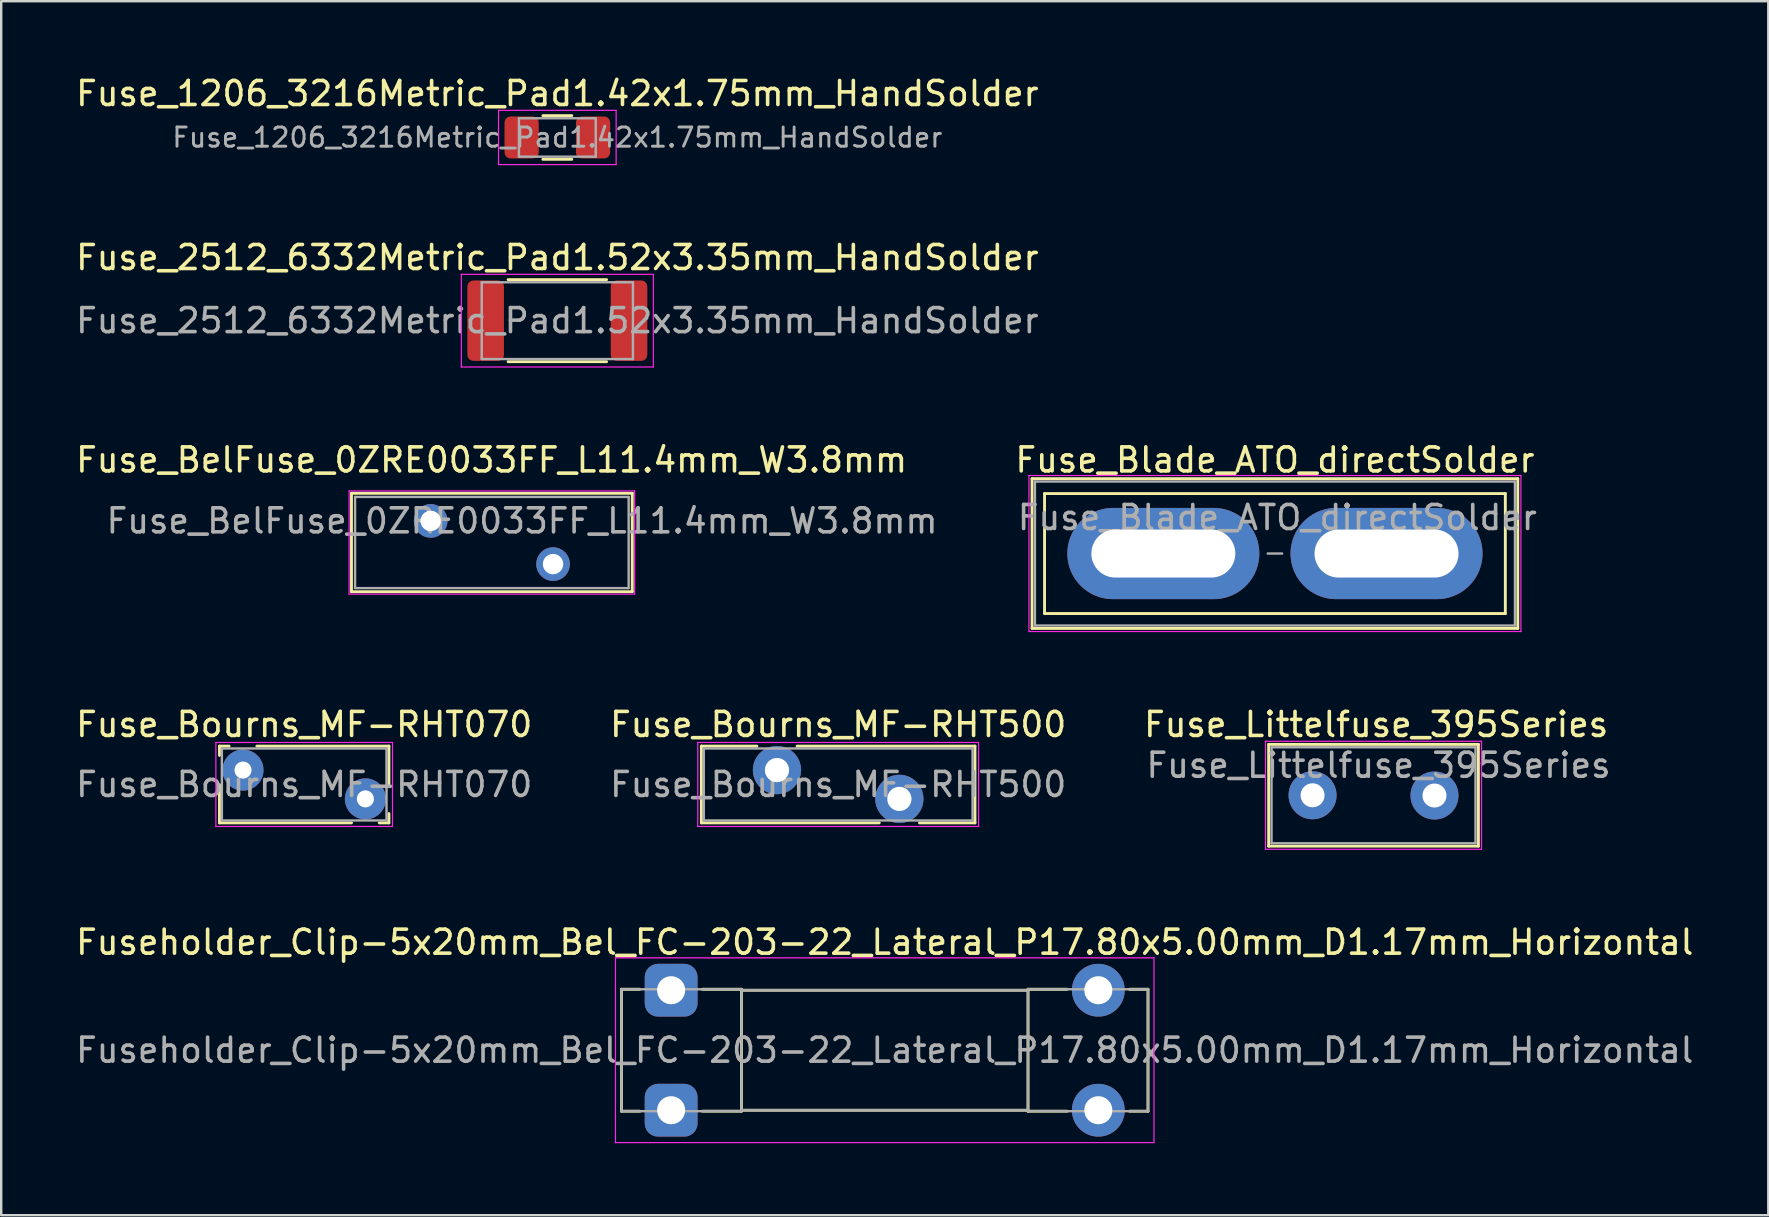
<source format=kicad_pcb>
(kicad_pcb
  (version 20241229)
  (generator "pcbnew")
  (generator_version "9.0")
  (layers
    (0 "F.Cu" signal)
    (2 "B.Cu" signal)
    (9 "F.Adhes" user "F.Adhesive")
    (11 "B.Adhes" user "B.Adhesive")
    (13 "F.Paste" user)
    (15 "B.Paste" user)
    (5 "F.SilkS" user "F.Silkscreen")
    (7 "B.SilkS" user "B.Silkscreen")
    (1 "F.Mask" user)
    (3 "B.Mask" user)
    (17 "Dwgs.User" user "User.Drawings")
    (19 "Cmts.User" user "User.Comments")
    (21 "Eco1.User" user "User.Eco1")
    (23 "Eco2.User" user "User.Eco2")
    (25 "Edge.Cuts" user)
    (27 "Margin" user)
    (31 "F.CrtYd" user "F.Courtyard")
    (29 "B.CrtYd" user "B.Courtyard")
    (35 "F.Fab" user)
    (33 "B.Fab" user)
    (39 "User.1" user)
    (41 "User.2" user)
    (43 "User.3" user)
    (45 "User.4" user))
  (footprint "Fuse_2512_6332Metric_Pad1.52x3.35mm_HandSolder"
    (layer "F.Cu")
    (at 20.173 10.312)
    (property "Reference" "Fuse_2512_6332Metric_Pad1.52x3.35mm_HandSolder" (at 0 -2.63 0) (layer "F.SilkS") (effects (font (size 1 1) (thickness 0.15))))
    (attr smd)
    (fp_line (start -2.052 -1.71) (end 2.052 -1.71) (stroke (width 0.12) (type solid)) (layer "F.SilkS"))
    (fp_line (start -2.052 1.71) (end 2.052 1.71) (stroke (width 0.12) (type solid)) (layer "F.SilkS"))
    (fp_line (start -4 -1.93) (end 4 -1.93) (stroke (width 0.05) (type solid)) (layer "F.CrtYd"))
    (fp_line (start -4 1.93) (end -4 -1.93) (stroke (width 0.05) (type solid)) (layer "F.CrtYd"))
    (fp_line (start 4 -1.93) (end 4 1.93) (stroke (width 0.05) (type solid)) (layer "F.CrtYd"))
    (fp_line (start 4 1.93) (end -4 1.93) (stroke (width 0.05) (type solid)) (layer "F.CrtYd"))
    (fp_line (start -3.15 -1.6) (end 3.15 -1.6) (stroke (width 0.1) (type solid)) (layer "F.Fab"))
    (fp_line (start -3.15 1.6) (end -3.15 -1.6) (stroke (width 0.1) (type solid)) (layer "F.Fab"))
    (fp_line (start 3.15 -1.6) (end 3.15 1.6) (stroke (width 0.1) (type solid)) (layer "F.Fab"))
    (fp_line (start 3.15 1.6) (end -3.15 1.6) (stroke (width 0.1) (type solid)) (layer "F.Fab"))
    (fp_text user "${REFERENCE}" (at 0 0 0) (layer "F.Fab") (effects (font (size 1 1) (thickness 0.15))))
    (pad "1" smd roundrect (at -2.987 0) (size 1.525 3.35) (layers "F.Cu" "F.Mask" "F.Paste") (roundrect_rratio 0.164))
    (pad "2" smd roundrect (at 2.987 0) (size 1.525 3.35) (layers "F.Cu" "F.Mask" "F.Paste") (roundrect_rratio 0.164)))
  (footprint "Fuse_Bourns_MF-RHT070"
    (layer "F.Cu")
    (at 7.075 29.038)
    (property "Reference" "Fuse_Bourns_MF-RHT070" (at 2.55 -1.9 0) (layer "F.SilkS") (effects (font (size 1 1) (thickness 0.15))))
    (attr through_hole)
    (fp_line (start -0.98 -1) (end -0.578 -1) (stroke (width 0.12) (type solid)) (layer "F.SilkS"))
    (fp_line (start -0.98 -0.611) (end -0.98 -1) (stroke (width 0.12) (type solid)) (layer "F.SilkS"))
    (fp_line (start -0.98 2.2) (end -0.98 0.611) (stroke (width 0.12) (type solid)) (layer "F.SilkS"))
    (fp_line (start 0.578 -1) (end 6.08 -1) (stroke (width 0.12) (type solid)) (layer "F.SilkS"))
    (fp_line (start 4.522 2.2) (end -0.98 2.2) (stroke (width 0.12) (type solid)) (layer "F.SilkS"))
    (fp_line (start 6.08 -1) (end 6.08 0.589) (stroke (width 0.12) (type solid)) (layer "F.SilkS"))
    (fp_line (start 6.08 1.811) (end 6.08 2.2) (stroke (width 0.12) (type solid)) (layer "F.SilkS"))
    (fp_line (start 6.08 2.2) (end 5.678 2.2) (stroke (width 0.12) (type solid)) (layer "F.SilkS"))
    (fp_line (start -1.13 -1.15) (end -1.13 2.35) (stroke (width 0.05) (type solid)) (layer "F.CrtYd"))
    (fp_line (start -1.13 2.35) (end 6.23 2.35) (stroke (width 0.05) (type solid)) (layer "F.CrtYd"))
    (fp_line (start 6.23 -1.15) (end -1.13 -1.15) (stroke (width 0.05) (type solid)) (layer "F.CrtYd"))
    (fp_line (start 6.23 2.35) (end 6.23 -1.15) (stroke (width 0.05) (type solid)) (layer "F.CrtYd"))
    (fp_line (start -0.88 -0.9) (end -0.88 2.1) (stroke (width 0.1) (type solid)) (layer "F.Fab"))
    (fp_line (start -0.88 2.1) (end 5.98 2.1) (stroke (width 0.1) (type solid)) (layer "F.Fab"))
    (fp_line (start 5.98 -0.9) (end -0.88 -0.9) (stroke (width 0.1) (type solid)) (layer "F.Fab"))
    (fp_line (start 5.98 2.1) (end 5.98 -0.9) (stroke (width 0.1) (type solid)) (layer "F.Fab"))
    (fp_text user "${REFERENCE}" (at 2.55 0.6 0) (layer "F.Fab") (effects (font (size 1 1) (thickness 0.15))))
    (pad "1" thru_hole circle (at 0 0) (size 1.71 1.71) (drill 0.71) (layers "*.Cu" "*.Mask"))
    (pad "2" thru_hole circle (at 5.1 1.2) (size 1.71 1.71) (drill 0.71) (layers "*.Cu" "*.Mask")))
  (footprint "Fuse_1206_3216Metric_Pad1.42x1.75mm_HandSolder"
    (layer "F.Cu")
    (at 20.173 2.678)
    (property "Reference" "Fuse_1206_3216Metric_Pad1.42x1.75mm_HandSolder" (at 0 -1.83 0) (layer "F.SilkS") (effects (font (size 1 1) (thickness 0.15))))
    (attr smd)
    (fp_line (start -0.602 -0.91) (end 0.602 -0.91) (stroke (width 0.12) (type solid)) (layer "F.SilkS"))
    (fp_line (start -0.602 0.91) (end 0.602 0.91) (stroke (width 0.12) (type solid)) (layer "F.SilkS"))
    (fp_line (start -2.45 -1.13) (end 2.45 -1.13) (stroke (width 0.05) (type solid)) (layer "F.CrtYd"))
    (fp_line (start -2.45 1.13) (end -2.45 -1.13) (stroke (width 0.05) (type solid)) (layer "F.CrtYd"))
    (fp_line (start 2.45 -1.13) (end 2.45 1.13) (stroke (width 0.05) (type solid)) (layer "F.CrtYd"))
    (fp_line (start 2.45 1.13) (end -2.45 1.13) (stroke (width 0.05) (type solid)) (layer "F.CrtYd"))
    (fp_line (start -1.6 -0.8) (end 1.6 -0.8) (stroke (width 0.1) (type solid)) (layer "F.Fab"))
    (fp_line (start -1.6 0.8) (end -1.6 -0.8) (stroke (width 0.1) (type solid)) (layer "F.Fab"))
    (fp_line (start 1.6 -0.8) (end 1.6 0.8) (stroke (width 0.1) (type solid)) (layer "F.Fab"))
    (fp_line (start 1.6 0.8) (end -1.6 0.8) (stroke (width 0.1) (type solid)) (layer "F.Fab"))
    (fp_text user "${REFERENCE}" (at 0 0 0) (layer "F.Fab") (effects (font (size 0.8 0.8) (thickness 0.12))))
    (pad "1" smd roundrect (at -1.488 0) (size 1.425 1.75) (layers "F.Cu" "F.Mask" "F.Paste") (roundrect_rratio 0.175))
    (pad "2" smd roundrect (at 1.488 0) (size 1.425 1.75) (layers "F.Cu" "F.Mask" "F.Paste") (roundrect_rratio 0.175)))
  (footprint "Fuse_BelFuse_0ZRE0033FF_L11.4mm_W3.8mm"
    (layer "F.Cu")
    (at 14.895 18.655)
    (property "Reference" "Fuse_BelFuse_0ZRE0033FF_L11.4mm_W3.8mm" (at 2.54 -2.54 0) (layer "F.SilkS") (effects (font (size 1 1) (thickness 0.15))))
    (attr through_hole)
    (fp_line (start -3.3 -1.15) (end -3.3 2.95) (stroke (width 0.12) (type solid)) (layer "F.SilkS"))
    (fp_line (start -3.3 -1.15) (end 8.4 -1.15) (stroke (width 0.12) (type solid)) (layer "F.SilkS"))
    (fp_line (start -3.3 2.95) (end 8.4 2.95) (stroke (width 0.12) (type solid)) (layer "F.SilkS"))
    (fp_line (start 8.4 -1.15) (end 8.4 2.95) (stroke (width 0.12) (type solid)) (layer "F.SilkS"))
    (fp_line (start -3.4 -1.25) (end -3.4 3.05) (stroke (width 0.05) (type solid)) (layer "F.CrtYd"))
    (fp_line (start -3.4 -1.25) (end 8.5 -1.25) (stroke (width 0.05) (type solid)) (layer "F.CrtYd"))
    (fp_line (start -3.4 3.05) (end 8.5 3.05) (stroke (width 0.05) (type solid)) (layer "F.CrtYd"))
    (fp_line (start 8.5 -1.25) (end 8.5 3.05) (stroke (width 0.05) (type solid)) (layer "F.CrtYd"))
    (fp_line (start -3.15 -1) (end -3.15 2.8) (stroke (width 0.1) (type solid)) (layer "F.Fab"))
    (fp_line (start -3.15 -1) (end 8.25 -1) (stroke (width 0.1) (type solid)) (layer "F.Fab"))
    (fp_line (start -3.15 2.8) (end 8.25 2.8) (stroke (width 0.1) (type solid)) (layer "F.Fab"))
    (fp_line (start 8.25 -1) (end 8.25 2.8) (stroke (width 0.1) (type solid)) (layer "F.Fab"))
    (fp_text user "${REFERENCE}" (at 3.81 0 0) (layer "F.Fab") (effects (font (size 1 1) (thickness 0.15))))
    (pad "1" thru_hole circle (at 0 0) (size 1.4 1.4) (drill 0.85) (layers "*.Cu" "*.Mask"))
    (pad "2" thru_hole circle (at 5.1 1.8) (size 1.4 1.4) (drill 0.85) (layers "*.Cu" "*.Mask")))
  (footprint "Fuse_Blade_ATO_directSolder"
    (layer "F.Cu")
    (at 45.424 20.015)
    (property "Reference" "Fuse_Blade_ATO_directSolder" (at 4.65 -3.9 0) (layer "F.SilkS") (effects (font (size 1 1) (thickness 0.15))))
    (attr through_hole)
    (fp_line (start -5.47 -3.12) (end -5.47 3.12) (stroke (width 0.12) (type solid)) (layer "F.SilkS"))
    (fp_line (start -5.47 -3.12) (end 14.77 -3.12) (stroke (width 0.12) (type solid)) (layer "F.SilkS"))
    (fp_line (start -4.95 -2.5) (end 14.25 -2.5) (stroke (width 0.12) (type solid)) (layer "F.SilkS"))
    (fp_line (start -4.95 2.5) (end -4.95 -2.5) (stroke (width 0.12) (type solid)) (layer "F.SilkS"))
    (fp_line (start 14.25 -2.5) (end 14.25 2.5) (stroke (width 0.12) (type solid)) (layer "F.SilkS"))
    (fp_line (start 14.25 2.5) (end -4.95 2.5) (stroke (width 0.12) (type solid)) (layer "F.SilkS"))
    (fp_line (start 14.77 3.12) (end -5.47 3.12) (stroke (width 0.12) (type solid)) (layer "F.SilkS"))
    (fp_line (start 14.77 3.12) (end 14.77 -3.12) (stroke (width 0.12) (type solid)) (layer "F.SilkS"))
    (fp_line (start -5.6 -3.25) (end -5.6 3.25) (stroke (width 0.05) (type solid)) (layer "F.CrtYd"))
    (fp_line (start -5.6 -3.25) (end 14.9 -3.25) (stroke (width 0.05) (type solid)) (layer "F.CrtYd"))
    (fp_line (start 14.9 3.25) (end -5.6 3.25) (stroke (width 0.05) (type solid)) (layer "F.CrtYd"))
    (fp_line (start 14.9 3.25) (end 14.9 -3.25) (stroke (width 0.05) (type solid)) (layer "F.CrtYd"))
    (fp_line (start -5.35 -3) (end 14.65 -3) (stroke (width 0.1) (type solid)) (layer "F.Fab"))
    (fp_line (start -5.35 3) (end -5.35 -3) (stroke (width 0.1) (type solid)) (layer "F.Fab"))
    (fp_line (start 4.95 0) (end 4.35 0) (stroke (width 0.1) (type solid)) (layer "F.Fab"))
    (fp_line (start 14.65 -3) (end 14.65 3) (stroke (width 0.1) (type solid)) (layer "F.Fab"))
    (fp_line (start 14.65 3) (end -5.35 3) (stroke (width 0.1) (type solid)) (layer "F.Fab"))
    (fp_text user "${REFERENCE}" (at 4.75 -1.5 0) (layer "F.Fab") (effects (font (size 1 1) (thickness 0.15))))
    (pad "1" thru_hole oval (at 0 0) (size 8 3.8) (drill oval 6 2) (layers "*.Cu" "*.Mask"))
    (pad "2" thru_hole oval (at 9.3 0) (size 8 3.8) (drill oval 6 2) (layers "*.Cu" "*.Mask")))
  (footprint "Fuseholder_Clip-5x20mm_Bel_FC-203-22_Lateral_P17.80x5.00mm_D1.17mm_Horizontal"
    (layer "F.Cu")
    (at 24.915 38.211)
    (property "Reference" "Fuseholder_Clip-5x20mm_Bel_FC-203-22_Lateral_P17.80x5.00mm_D1.17mm_Horizontal" (at 8.9 -2 0) (layer "F.SilkS") (effects (font (size 1 1) (thickness 0.15))))
    (attr through_hole)
    (fp_line (start -2.07 5.04) (end -2.07 -0.04) (stroke (width 0.12) (type solid)) (layer "F.SilkS"))
    (fp_line (start -1.3 -0.04) (end -2.07 -0.04) (stroke (width 0.12) (type solid)) (layer "F.SilkS"))
    (fp_line (start -1.3 5.04) (end -2.07 5.04) (stroke (width 0.12) (type solid)) (layer "F.SilkS"))
    (fp_line (start 2.93 -0.04) (end 1.3 -0.04) (stroke (width 0.12) (type solid)) (layer "F.SilkS"))
    (fp_line (start 2.93 -0.04) (end 2.93 5.04) (stroke (width 0.12) (type solid)) (layer "F.SilkS"))
    (fp_line (start 2.93 5.04) (end 1.3 5.04) (stroke (width 0.12) (type solid)) (layer "F.SilkS"))
    (fp_line (start 14.87 -0.04) (end 14.87 5.04) (stroke (width 0.12) (type solid)) (layer "F.SilkS"))
    (fp_line (start 14.87 0) (end 2.93 0) (stroke (width 0.12) (type solid)) (layer "F.SilkS"))
    (fp_line (start 14.87 5) (end 2.93 5) (stroke (width 0.12) (type solid)) (layer "F.SilkS"))
    (fp_line (start 16.5 -0.04) (end 14.87 -0.04) (stroke (width 0.12) (type solid)) (layer "F.SilkS"))
    (fp_line (start 16.5 5.04) (end 14.87 5.04) (stroke (width 0.12) (type solid)) (layer "F.SilkS"))
    (fp_line (start 19.1 -0.04) (end 19.87 -0.04) (stroke (width 0.12) (type solid)) (layer "F.SilkS"))
    (fp_line (start 19.1 5.04) (end 19.87 5.04) (stroke (width 0.12) (type solid)) (layer "F.SilkS"))
    (fp_line (start 19.87 -0.04) (end 19.87 5.04) (stroke (width 0.12) (type solid)) (layer "F.SilkS"))
    (fp_line (start -2.32 -1.35) (end -2.32 6.35) (stroke (width 0.05) (type solid)) (layer "F.CrtYd"))
    (fp_line (start -2.32 -1.35) (end 20.12 -1.35) (stroke (width 0.05) (type solid)) (layer "F.CrtYd"))
    (fp_line (start 20.12 6.35) (end -2.32 6.35) (stroke (width 0.05) (type solid)) (layer "F.CrtYd"))
    (fp_line (start 20.12 6.35) (end 20.12 -1.35) (stroke (width 0.05) (type solid)) (layer "F.CrtYd"))
    (fp_line (start -2.07 -0.04) (end 2.93 -0.04) (stroke (width 0.1) (type solid)) (layer "F.Fab"))
    (fp_line (start -2.07 5.04) (end -2.07 -0.04) (stroke (width 0.1) (type solid)) (layer "F.Fab"))
    (fp_line (start 2.9 5.04) (end -2.07 5.04) (stroke (width 0.1) (type solid)) (layer "F.Fab"))
    (fp_line (start 2.93 -0.04) (end 2.93 5.04) (stroke (width 0.1) (type solid)) (layer "F.Fab"))
    (fp_line (start 2.93 0) (end 14.87 0) (stroke (width 0.1) (type solid)) (layer "F.Fab"))
    (fp_line (start 14.87 -0.04) (end 14.87 5.04) (stroke (width 0.1) (type solid)) (layer "F.Fab"))
    (fp_line (start 14.87 5) (end 2.93 5) (stroke (width 0.1) (type solid)) (layer "F.Fab"))
    (fp_line (start 14.87 5.04) (end 19.87 5.04) (stroke (width 0.1) (type solid)) (layer "F.Fab"))
    (fp_line (start 19.87 -0.04) (end 14.87 -0.04) (stroke (width 0.1) (type solid)) (layer "F.Fab"))
    (fp_line (start 19.87 5.04) (end 19.87 -0.04) (stroke (width 0.1) (type solid)) (layer "F.Fab"))
    (fp_text user "${REFERENCE}" (at 8.9 2.5 0) (layer "F.Fab") (effects (font (size 1 1) (thickness 0.15))))
    (pad "1" thru_hole roundrect (at 0 0) (size 2.2 2.2) (drill 1.17) (layers "*.Cu" "*.Mask") (roundrect_rratio 0.25))
    (pad "1" thru_hole roundrect (at 0 5) (size 2.2 2.2) (drill 1.17) (layers "*.Cu" "*.Mask") (roundrect_rratio 0.25))
    (pad "2" thru_hole circle (at 17.8 0) (size 2.2 2.2) (drill 1.17) (layers "*.Cu" "*.Mask"))
    (pad "2" thru_hole circle (at 17.8 5) (size 2.2 2.2) (drill 1.17) (layers "*.Cu" "*.Mask")))
  (footprint "Fuse_Bourns_MF-RHT500"
    (layer "F.Cu")
    (at 29.325 29.038)
    (property "Reference" "Fuse_Bourns_MF-RHT500" (at 2.55 -1.9 0) (layer "F.SilkS") (effects (font (size 1 1) (thickness 0.15))))
    (attr through_hole)
    (fp_line (start -3.15 -1) (end -0.838 -1) (stroke (width 0.12) (type solid)) (layer "F.SilkS"))
    (fp_line (start -3.15 2.2) (end -3.15 -1) (stroke (width 0.12) (type solid)) (layer "F.SilkS"))
    (fp_line (start 0.838 -1) (end 8.25 -1) (stroke (width 0.12) (type solid)) (layer "F.SilkS"))
    (fp_line (start 4.262 2.2) (end -3.15 2.2) (stroke (width 0.12) (type solid)) (layer "F.SilkS"))
    (fp_line (start 8.25 -1) (end 8.25 2.2) (stroke (width 0.12) (type solid)) (layer "F.SilkS"))
    (fp_line (start 8.25 2.2) (end 5.938 2.2) (stroke (width 0.12) (type solid)) (layer "F.SilkS"))
    (fp_line (start -3.3 -1.15) (end -3.3 2.35) (stroke (width 0.05) (type solid)) (layer "F.CrtYd"))
    (fp_line (start -3.3 2.35) (end 8.4 2.35) (stroke (width 0.05) (type solid)) (layer "F.CrtYd"))
    (fp_line (start 8.4 -1.15) (end -3.3 -1.15) (stroke (width 0.05) (type solid)) (layer "F.CrtYd"))
    (fp_line (start 8.4 2.35) (end 8.4 -1.15) (stroke (width 0.05) (type solid)) (layer "F.CrtYd"))
    (fp_line (start -3.05 -0.9) (end -3.05 2.1) (stroke (width 0.1) (type solid)) (layer "F.Fab"))
    (fp_line (start -3.05 2.1) (end 8.15 2.1) (stroke (width 0.1) (type solid)) (layer "F.Fab"))
    (fp_line (start 8.15 -0.9) (end -3.05 -0.9) (stroke (width 0.1) (type solid)) (layer "F.Fab"))
    (fp_line (start 8.15 2.1) (end 8.15 -0.9) (stroke (width 0.1) (type solid)) (layer "F.Fab"))
    (fp_text user "${REFERENCE}" (at 2.55 0.6 0) (layer "F.Fab") (effects (font (size 1 1) (thickness 0.15))))
    (pad "1" thru_hole circle (at 0 0) (size 2.01 2.01) (drill 1.01) (layers "*.Cu" "*.Mask"))
    (pad "2" thru_hole circle (at 5.1 1.2) (size 2.01 2.01) (drill 1.01) (layers "*.Cu" "*.Mask")))
  (footprint "Fuse_Littelfuse_395Series"
    (layer "F.Cu")
    (at 51.642 30.088)
    (property "Reference" "Fuse_Littelfuse_395Series" (at 2.65 -2.95 0) (layer "F.SilkS") (effects (font (size 1 1) (thickness 0.15))))
    (attr through_hole)
    (fp_line (start -1.83 -2.12) (end -1.83 2.12) (stroke (width 0.12) (type solid)) (layer "F.SilkS"))
    (fp_line (start -1.83 -2.12) (end 6.91 -2.12) (stroke (width 0.12) (type solid)) (layer "F.SilkS"))
    (fp_line (start 6.91 2.12) (end -1.83 2.12) (stroke (width 0.12) (type solid)) (layer "F.SilkS"))
    (fp_line (start 6.91 2.12) (end 6.91 -2.12) (stroke (width 0.12) (type solid)) (layer "F.SilkS"))
    (fp_line (start -1.96 -2.25) (end -1.96 2.25) (stroke (width 0.05) (type solid)) (layer "F.CrtYd"))
    (fp_line (start -1.96 -2.25) (end 7.04 -2.25) (stroke (width 0.05) (type solid)) (layer "F.CrtYd"))
    (fp_line (start 7.04 2.25) (end -1.96 2.25) (stroke (width 0.05) (type solid)) (layer "F.CrtYd"))
    (fp_line (start 7.04 2.25) (end 7.04 -2.25) (stroke (width 0.05) (type solid)) (layer "F.CrtYd"))
    (fp_line (start -1.71 -2) (end -1.71 2) (stroke (width 0.1) (type solid)) (layer "F.Fab"))
    (fp_line (start -1.71 2) (end 6.79 2) (stroke (width 0.1) (type solid)) (layer "F.Fab"))
    (fp_line (start 6.79 -2) (end -1.71 -2) (stroke (width 0.1) (type solid)) (layer "F.Fab"))
    (fp_line (start 6.79 2) (end 6.79 -2) (stroke (width 0.1) (type solid)) (layer "F.Fab"))
    (fp_text user "${REFERENCE}" (at 2.75 -1.25 0) (layer "F.Fab") (effects (font (size 1 1) (thickness 0.15))))
    (pad "1" thru_hole circle (at 0 0) (size 2 2) (drill 1) (layers "*.Cu" "*.Mask"))
    (pad "2" thru_hole circle (at 5.08 0.01) (size 2 2) (drill 1) (layers "*.Cu" "*.Mask")))
  (gr_rect
    (start -3 -3)
    (end 70.631 47.586)
    (stroke (width 0.1) (type default))
    (fill no)
    (layer "Edge.Cuts")))
</source>
